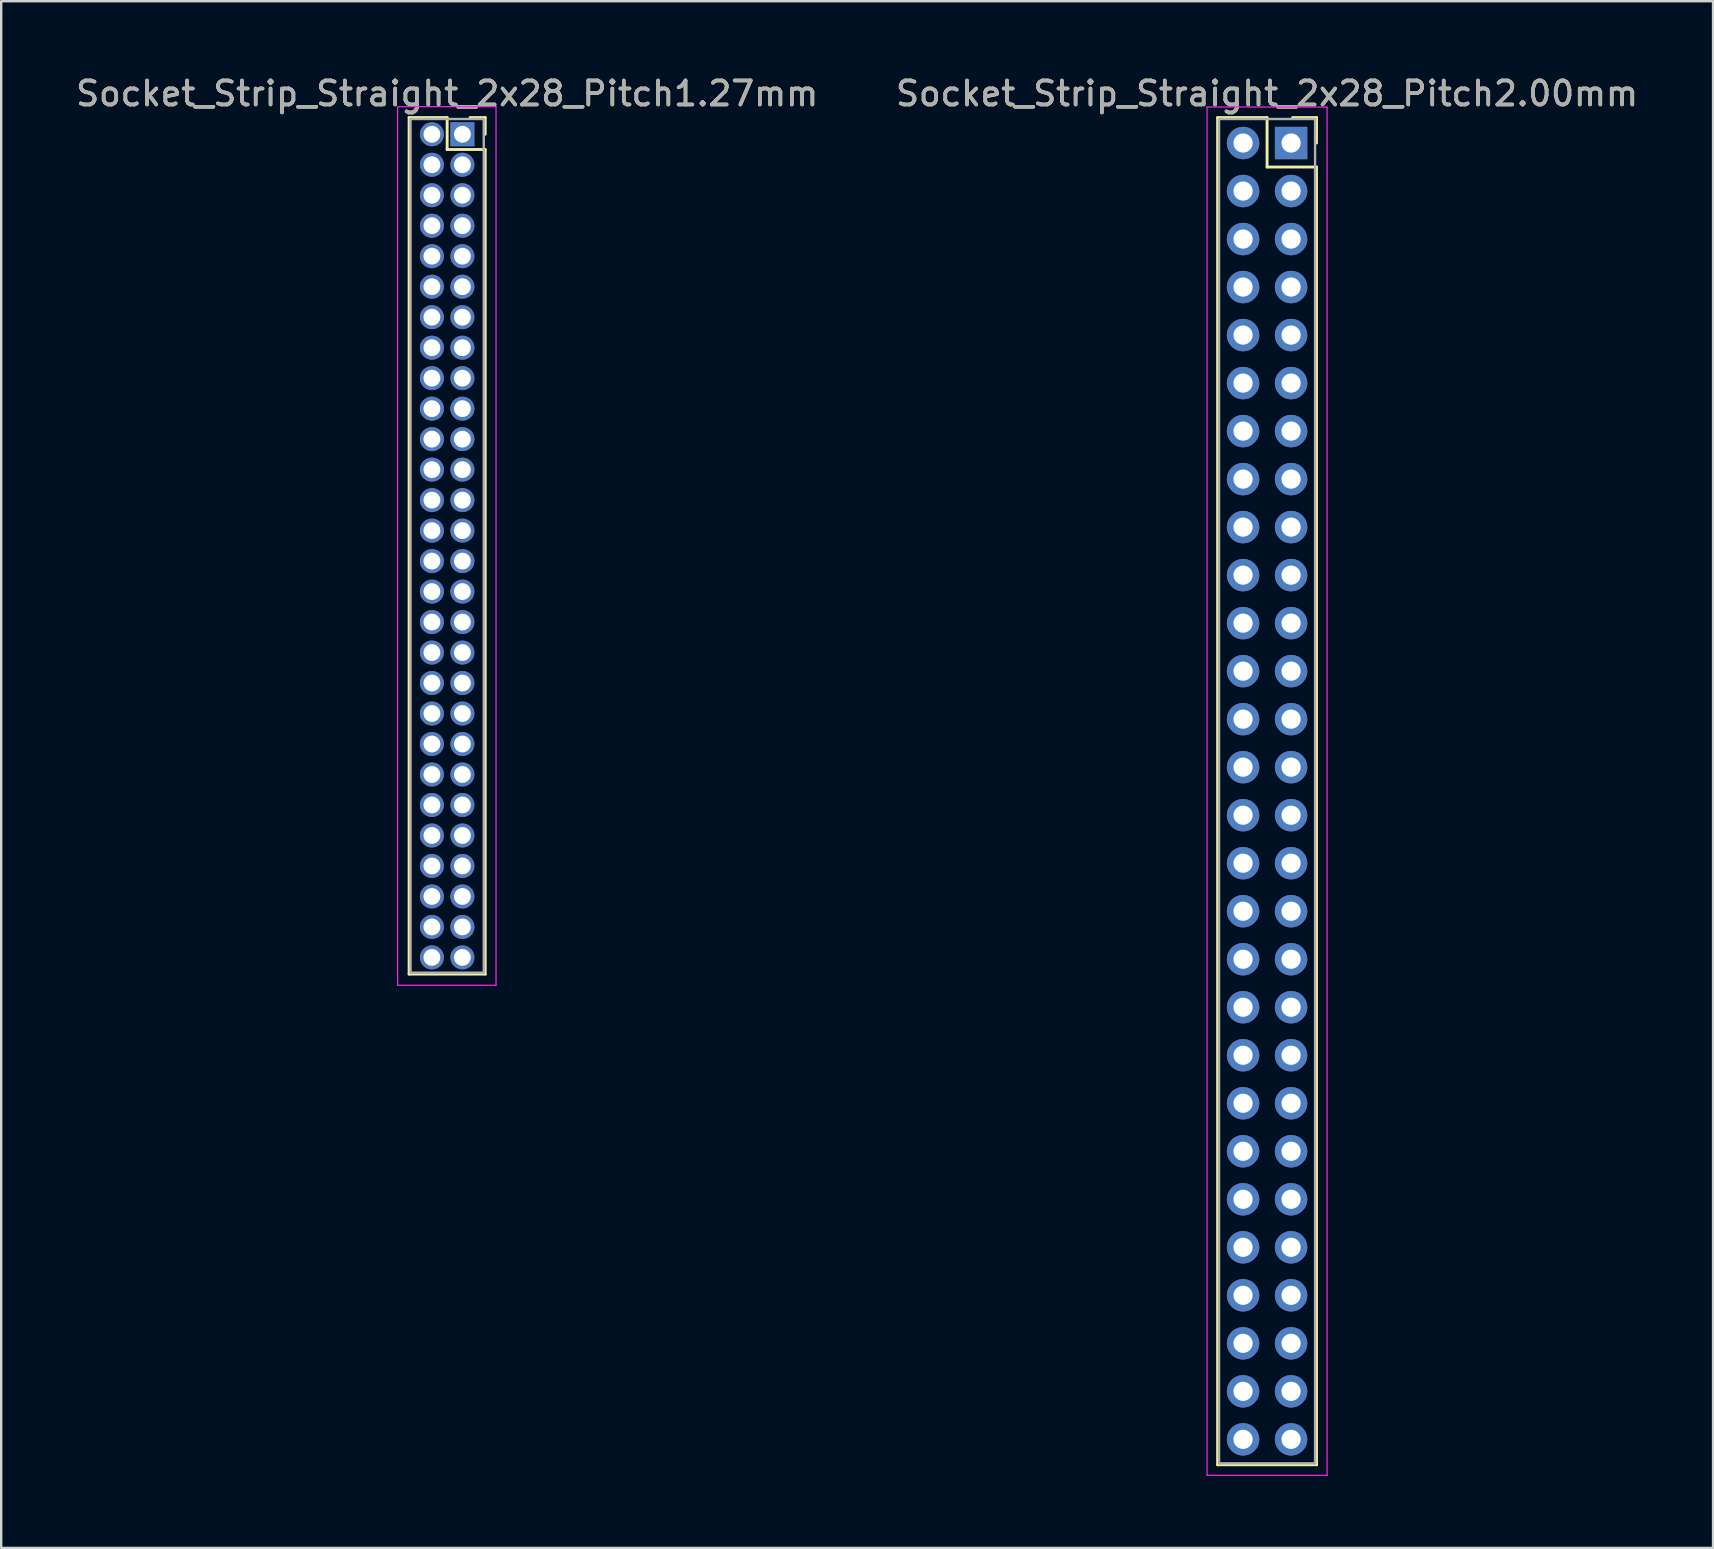
<source format=kicad_pcb>
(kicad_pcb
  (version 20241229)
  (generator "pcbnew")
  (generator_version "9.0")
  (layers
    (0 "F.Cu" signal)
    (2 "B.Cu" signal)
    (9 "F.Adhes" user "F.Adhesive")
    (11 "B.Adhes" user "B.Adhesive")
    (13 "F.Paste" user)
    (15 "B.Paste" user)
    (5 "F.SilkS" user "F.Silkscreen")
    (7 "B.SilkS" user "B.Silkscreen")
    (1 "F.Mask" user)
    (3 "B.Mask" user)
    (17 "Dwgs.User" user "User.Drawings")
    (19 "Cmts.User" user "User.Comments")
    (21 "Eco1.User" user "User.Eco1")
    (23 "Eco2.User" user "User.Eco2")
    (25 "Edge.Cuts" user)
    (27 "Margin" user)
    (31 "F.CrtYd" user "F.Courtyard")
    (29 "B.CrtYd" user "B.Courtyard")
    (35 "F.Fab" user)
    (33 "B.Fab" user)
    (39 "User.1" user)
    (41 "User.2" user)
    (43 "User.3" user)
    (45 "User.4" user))
  (footprint "Socket_Strip_Straight_2x28_Pitch1.27mm"
    (layer "F.Cu")
    (at 16.212 2.543)
    (property "Reference" "Socket_Strip_Straight_2x28_Pitch1.27mm" (at -0.635 -1.695 0) (layer "F.SilkS") (effects (font (size 1 1) (thickness 0.15))))
    (attr through_hole)
    (fp_line (start -2.22 -0.695) (end -0.635 -0.695) (stroke (width 0.12) (type solid)) (layer "F.SilkS"))
    (fp_line (start -2.22 34.985) (end -2.22 -0.695) (stroke (width 0.12) (type solid)) (layer "F.SilkS"))
    (fp_line (start -0.635 -0.695) (end -0.635 0.635) (stroke (width 0.12) (type solid)) (layer "F.SilkS"))
    (fp_line (start -0.635 0.635) (end 0.95 0.635) (stroke (width 0.12) (type solid)) (layer "F.SilkS"))
    (fp_line (start 0.95 -0.695) (end 0.315 -0.695) (stroke (width 0.12) (type solid)) (layer "F.SilkS"))
    (fp_line (start 0.95 0) (end 0.95 -0.695) (stroke (width 0.12) (type solid)) (layer "F.SilkS"))
    (fp_line (start 0.95 0.635) (end 0.95 34.985) (stroke (width 0.12) (type solid)) (layer "F.SilkS"))
    (fp_line (start 0.95 34.985) (end -2.22 34.985) (stroke (width 0.12) (type solid)) (layer "F.SilkS"))
    (fp_line (start -2.7 -1.15) (end -2.7 35.45) (stroke (width 0.05) (type solid)) (layer "F.CrtYd"))
    (fp_line (start -2.7 35.45) (end 1.4 35.45) (stroke (width 0.05) (type solid)) (layer "F.CrtYd"))
    (fp_line (start 1.4 -1.15) (end -2.7 -1.15) (stroke (width 0.05) (type solid)) (layer "F.CrtYd"))
    (fp_line (start 1.4 35.45) (end 1.4 -1.15) (stroke (width 0.05) (type solid)) (layer "F.CrtYd"))
    (fp_line (start -2.16 -0.635) (end -2.16 34.925) (stroke (width 0.1) (type solid)) (layer "F.Fab"))
    (fp_line (start -2.16 34.925) (end 0.89 34.925) (stroke (width 0.1) (type solid)) (layer "F.Fab"))
    (fp_line (start 0.89 -0.635) (end -2.16 -0.635) (stroke (width 0.1) (type solid)) (layer "F.Fab"))
    (fp_line (start 0.89 34.925) (end 0.89 -0.635) (stroke (width 0.1) (type solid)) (layer "F.Fab"))
    (fp_text user "${REFERENCE}" (at -0.635 -1.695 0) (layer "F.Fab") (effects (font (size 1 1) (thickness 0.15))))
    (pad "1" thru_hole rect (at 0 0) (size 1 1) (drill 0.7) (layers "*.Cu" "*.Mask"))
    (pad "2" thru_hole oval (at -1.27 0) (size 1 1) (drill 0.7) (layers "*.Cu" "*.Mask"))
    (pad "3" thru_hole oval (at 0 1.27) (size 1 1) (drill 0.7) (layers "*.Cu" "*.Mask"))
    (pad "4" thru_hole oval (at -1.27 1.27) (size 1 1) (drill 0.7) (layers "*.Cu" "*.Mask"))
    (pad "5" thru_hole oval (at 0 2.54) (size 1 1) (drill 0.7) (layers "*.Cu" "*.Mask"))
    (pad "6" thru_hole oval (at -1.27 2.54) (size 1 1) (drill 0.7) (layers "*.Cu" "*.Mask"))
    (pad "7" thru_hole oval (at 0 3.81) (size 1 1) (drill 0.7) (layers "*.Cu" "*.Mask"))
    (pad "8" thru_hole oval (at -1.27 3.81) (size 1 1) (drill 0.7) (layers "*.Cu" "*.Mask"))
    (pad "9" thru_hole oval (at 0 5.08) (size 1 1) (drill 0.7) (layers "*.Cu" "*.Mask"))
    (pad "10" thru_hole oval (at -1.27 5.08) (size 1 1) (drill 0.7) (layers "*.Cu" "*.Mask"))
    (pad "11" thru_hole oval (at 0 6.35) (size 1 1) (drill 0.7) (layers "*.Cu" "*.Mask"))
    (pad "12" thru_hole oval (at -1.27 6.35) (size 1 1) (drill 0.7) (layers "*.Cu" "*.Mask"))
    (pad "13" thru_hole oval (at 0 7.62) (size 1 1) (drill 0.7) (layers "*.Cu" "*.Mask"))
    (pad "14" thru_hole oval (at -1.27 7.62) (size 1 1) (drill 0.7) (layers "*.Cu" "*.Mask"))
    (pad "15" thru_hole oval (at 0 8.89) (size 1 1) (drill 0.7) (layers "*.Cu" "*.Mask"))
    (pad "16" thru_hole oval (at -1.27 8.89) (size 1 1) (drill 0.7) (layers "*.Cu" "*.Mask"))
    (pad "17" thru_hole oval (at 0 10.16) (size 1 1) (drill 0.7) (layers "*.Cu" "*.Mask"))
    (pad "18" thru_hole oval (at -1.27 10.16) (size 1 1) (drill 0.7) (layers "*.Cu" "*.Mask"))
    (pad "19" thru_hole oval (at 0 11.43) (size 1 1) (drill 0.7) (layers "*.Cu" "*.Mask"))
    (pad "20" thru_hole oval (at -1.27 11.43) (size 1 1) (drill 0.7) (layers "*.Cu" "*.Mask"))
    (pad "21" thru_hole oval (at 0 12.7) (size 1 1) (drill 0.7) (layers "*.Cu" "*.Mask"))
    (pad "22" thru_hole oval (at -1.27 12.7) (size 1 1) (drill 0.7) (layers "*.Cu" "*.Mask"))
    (pad "23" thru_hole oval (at 0 13.97) (size 1 1) (drill 0.7) (layers "*.Cu" "*.Mask"))
    (pad "24" thru_hole oval (at -1.27 13.97) (size 1 1) (drill 0.7) (layers "*.Cu" "*.Mask"))
    (pad "25" thru_hole oval (at 0 15.24) (size 1 1) (drill 0.7) (layers "*.Cu" "*.Mask"))
    (pad "26" thru_hole oval (at -1.27 15.24) (size 1 1) (drill 0.7) (layers "*.Cu" "*.Mask"))
    (pad "27" thru_hole oval (at 0 16.51) (size 1 1) (drill 0.7) (layers "*.Cu" "*.Mask"))
    (pad "28" thru_hole oval (at -1.27 16.51) (size 1 1) (drill 0.7) (layers "*.Cu" "*.Mask"))
    (pad "29" thru_hole oval (at 0 17.78) (size 1 1) (drill 0.7) (layers "*.Cu" "*.Mask"))
    (pad "30" thru_hole oval (at -1.27 17.78) (size 1 1) (drill 0.7) (layers "*.Cu" "*.Mask"))
    (pad "31" thru_hole oval (at 0 19.05) (size 1 1) (drill 0.7) (layers "*.Cu" "*.Mask"))
    (pad "32" thru_hole oval (at -1.27 19.05) (size 1 1) (drill 0.7) (layers "*.Cu" "*.Mask"))
    (pad "33" thru_hole oval (at 0 20.32) (size 1 1) (drill 0.7) (layers "*.Cu" "*.Mask"))
    (pad "34" thru_hole oval (at -1.27 20.32) (size 1 1) (drill 0.7) (layers "*.Cu" "*.Mask"))
    (pad "35" thru_hole oval (at 0 21.59) (size 1 1) (drill 0.7) (layers "*.Cu" "*.Mask"))
    (pad "36" thru_hole oval (at -1.27 21.59) (size 1 1) (drill 0.7) (layers "*.Cu" "*.Mask"))
    (pad "37" thru_hole oval (at 0 22.86) (size 1 1) (drill 0.7) (layers "*.Cu" "*.Mask"))
    (pad "38" thru_hole oval (at -1.27 22.86) (size 1 1) (drill 0.7) (layers "*.Cu" "*.Mask"))
    (pad "39" thru_hole oval (at 0 24.13) (size 1 1) (drill 0.7) (layers "*.Cu" "*.Mask"))
    (pad "40" thru_hole oval (at -1.27 24.13) (size 1 1) (drill 0.7) (layers "*.Cu" "*.Mask"))
    (pad "41" thru_hole oval (at 0 25.4) (size 1 1) (drill 0.7) (layers "*.Cu" "*.Mask"))
    (pad "42" thru_hole oval (at -1.27 25.4) (size 1 1) (drill 0.7) (layers "*.Cu" "*.Mask"))
    (pad "43" thru_hole oval (at 0 26.67) (size 1 1) (drill 0.7) (layers "*.Cu" "*.Mask"))
    (pad "44" thru_hole oval (at -1.27 26.67) (size 1 1) (drill 0.7) (layers "*.Cu" "*.Mask"))
    (pad "45" thru_hole oval (at 0 27.94) (size 1 1) (drill 0.7) (layers "*.Cu" "*.Mask"))
    (pad "46" thru_hole oval (at -1.27 27.94) (size 1 1) (drill 0.7) (layers "*.Cu" "*.Mask"))
    (pad "47" thru_hole oval (at 0 29.21) (size 1 1) (drill 0.7) (layers "*.Cu" "*.Mask"))
    (pad "48" thru_hole oval (at -1.27 29.21) (size 1 1) (drill 0.7) (layers "*.Cu" "*.Mask"))
    (pad "49" thru_hole oval (at 0 30.48) (size 1 1) (drill 0.7) (layers "*.Cu" "*.Mask"))
    (pad "50" thru_hole oval (at -1.27 30.48) (size 1 1) (drill 0.7) (layers "*.Cu" "*.Mask"))
    (pad "51" thru_hole oval (at 0 31.75) (size 1 1) (drill 0.7) (layers "*.Cu" "*.Mask"))
    (pad "52" thru_hole oval (at -1.27 31.75) (size 1 1) (drill 0.7) (layers "*.Cu" "*.Mask"))
    (pad "53" thru_hole oval (at 0 33.02) (size 1 1) (drill 0.7) (layers "*.Cu" "*.Mask"))
    (pad "54" thru_hole oval (at -1.27 33.02) (size 1 1) (drill 0.7) (layers "*.Cu" "*.Mask"))
    (pad "55" thru_hole oval (at 0 34.29) (size 1 1) (drill 0.7) (layers "*.Cu" "*.Mask"))
    (pad "56" thru_hole oval (at -1.27 34.29) (size 1 1) (drill 0.7) (layers "*.Cu" "*.Mask")))
  (footprint "Socket_Strip_Straight_2x28_Pitch2.00mm"
    (layer "F.Cu")
    (at 50.732 2.908)
    (property "Reference" "Socket_Strip_Straight_2x28_Pitch2.00mm" (at -1 -2.06 0) (layer "F.SilkS") (effects (font (size 1 1) (thickness 0.15))))
    (attr through_hole)
    (fp_line (start -3.06 -1.06) (end -1 -1.06) (stroke (width 0.12) (type solid)) (layer "F.SilkS"))
    (fp_line (start -3.06 55.06) (end -3.06 -1.06) (stroke (width 0.12) (type solid)) (layer "F.SilkS"))
    (fp_line (start -1 -1.06) (end -1 1) (stroke (width 0.12) (type solid)) (layer "F.SilkS"))
    (fp_line (start -1 1) (end 1.06 1) (stroke (width 0.12) (type solid)) (layer "F.SilkS"))
    (fp_line (start 1.06 -1.06) (end 0.06 -1.06) (stroke (width 0.12) (type solid)) (layer "F.SilkS"))
    (fp_line (start 1.06 0) (end 1.06 -1.06) (stroke (width 0.12) (type solid)) (layer "F.SilkS"))
    (fp_line (start 1.06 1) (end 1.06 55.06) (stroke (width 0.12) (type solid)) (layer "F.SilkS"))
    (fp_line (start 1.06 55.06) (end -3.06 55.06) (stroke (width 0.12) (type solid)) (layer "F.SilkS"))
    (fp_line (start -3.5 -1.5) (end -3.5 55.5) (stroke (width 0.05) (type solid)) (layer "F.CrtYd"))
    (fp_line (start -3.5 55.5) (end 1.5 55.5) (stroke (width 0.05) (type solid)) (layer "F.CrtYd"))
    (fp_line (start 1.5 -1.5) (end -3.5 -1.5) (stroke (width 0.05) (type solid)) (layer "F.CrtYd"))
    (fp_line (start 1.5 55.5) (end 1.5 -1.5) (stroke (width 0.05) (type solid)) (layer "F.CrtYd"))
    (fp_line (start -3 -1) (end -3 55) (stroke (width 0.1) (type solid)) (layer "F.Fab"))
    (fp_line (start -3 55) (end 1 55) (stroke (width 0.1) (type solid)) (layer "F.Fab"))
    (fp_line (start 1 -1) (end -3 -1) (stroke (width 0.1) (type solid)) (layer "F.Fab"))
    (fp_line (start 1 55) (end 1 -1) (stroke (width 0.1) (type solid)) (layer "F.Fab"))
    (fp_text user "${REFERENCE}" (at -1 -2.06 0) (layer "F.Fab") (effects (font (size 1 1) (thickness 0.15))))
    (pad "1" thru_hole rect (at 0 0) (size 1.35 1.35) (drill 0.8) (layers "*.Cu" "*.Mask"))
    (pad "2" thru_hole oval (at -2 0) (size 1.35 1.35) (drill 0.8) (layers "*.Cu" "*.Mask"))
    (pad "3" thru_hole oval (at 0 2) (size 1.35 1.35) (drill 0.8) (layers "*.Cu" "*.Mask"))
    (pad "4" thru_hole oval (at -2 2) (size 1.35 1.35) (drill 0.8) (layers "*.Cu" "*.Mask"))
    (pad "5" thru_hole oval (at 0 4) (size 1.35 1.35) (drill 0.8) (layers "*.Cu" "*.Mask"))
    (pad "6" thru_hole oval (at -2 4) (size 1.35 1.35) (drill 0.8) (layers "*.Cu" "*.Mask"))
    (pad "7" thru_hole oval (at 0 6) (size 1.35 1.35) (drill 0.8) (layers "*.Cu" "*.Mask"))
    (pad "8" thru_hole oval (at -2 6) (size 1.35 1.35) (drill 0.8) (layers "*.Cu" "*.Mask"))
    (pad "9" thru_hole oval (at 0 8) (size 1.35 1.35) (drill 0.8) (layers "*.Cu" "*.Mask"))
    (pad "10" thru_hole oval (at -2 8) (size 1.35 1.35) (drill 0.8) (layers "*.Cu" "*.Mask"))
    (pad "11" thru_hole oval (at 0 10) (size 1.35 1.35) (drill 0.8) (layers "*.Cu" "*.Mask"))
    (pad "12" thru_hole oval (at -2 10) (size 1.35 1.35) (drill 0.8) (layers "*.Cu" "*.Mask"))
    (pad "13" thru_hole oval (at 0 12) (size 1.35 1.35) (drill 0.8) (layers "*.Cu" "*.Mask"))
    (pad "14" thru_hole oval (at -2 12) (size 1.35 1.35) (drill 0.8) (layers "*.Cu" "*.Mask"))
    (pad "15" thru_hole oval (at 0 14) (size 1.35 1.35) (drill 0.8) (layers "*.Cu" "*.Mask"))
    (pad "16" thru_hole oval (at -2 14) (size 1.35 1.35) (drill 0.8) (layers "*.Cu" "*.Mask"))
    (pad "17" thru_hole oval (at 0 16) (size 1.35 1.35) (drill 0.8) (layers "*.Cu" "*.Mask"))
    (pad "18" thru_hole oval (at -2 16) (size 1.35 1.35) (drill 0.8) (layers "*.Cu" "*.Mask"))
    (pad "19" thru_hole oval (at 0 18) (size 1.35 1.35) (drill 0.8) (layers "*.Cu" "*.Mask"))
    (pad "20" thru_hole oval (at -2 18) (size 1.35 1.35) (drill 0.8) (layers "*.Cu" "*.Mask"))
    (pad "21" thru_hole oval (at 0 20) (size 1.35 1.35) (drill 0.8) (layers "*.Cu" "*.Mask"))
    (pad "22" thru_hole oval (at -2 20) (size 1.35 1.35) (drill 0.8) (layers "*.Cu" "*.Mask"))
    (pad "23" thru_hole oval (at 0 22) (size 1.35 1.35) (drill 0.8) (layers "*.Cu" "*.Mask"))
    (pad "24" thru_hole oval (at -2 22) (size 1.35 1.35) (drill 0.8) (layers "*.Cu" "*.Mask"))
    (pad "25" thru_hole oval (at 0 24) (size 1.35 1.35) (drill 0.8) (layers "*.Cu" "*.Mask"))
    (pad "26" thru_hole oval (at -2 24) (size 1.35 1.35) (drill 0.8) (layers "*.Cu" "*.Mask"))
    (pad "27" thru_hole oval (at 0 26) (size 1.35 1.35) (drill 0.8) (layers "*.Cu" "*.Mask"))
    (pad "28" thru_hole oval (at -2 26) (size 1.35 1.35) (drill 0.8) (layers "*.Cu" "*.Mask"))
    (pad "29" thru_hole oval (at 0 28) (size 1.35 1.35) (drill 0.8) (layers "*.Cu" "*.Mask"))
    (pad "30" thru_hole oval (at -2 28) (size 1.35 1.35) (drill 0.8) (layers "*.Cu" "*.Mask"))
    (pad "31" thru_hole oval (at 0 30) (size 1.35 1.35) (drill 0.8) (layers "*.Cu" "*.Mask"))
    (pad "32" thru_hole oval (at -2 30) (size 1.35 1.35) (drill 0.8) (layers "*.Cu" "*.Mask"))
    (pad "33" thru_hole oval (at 0 32) (size 1.35 1.35) (drill 0.8) (layers "*.Cu" "*.Mask"))
    (pad "34" thru_hole oval (at -2 32) (size 1.35 1.35) (drill 0.8) (layers "*.Cu" "*.Mask"))
    (pad "35" thru_hole oval (at 0 34) (size 1.35 1.35) (drill 0.8) (layers "*.Cu" "*.Mask"))
    (pad "36" thru_hole oval (at -2 34) (size 1.35 1.35) (drill 0.8) (layers "*.Cu" "*.Mask"))
    (pad "37" thru_hole oval (at 0 36) (size 1.35 1.35) (drill 0.8) (layers "*.Cu" "*.Mask"))
    (pad "38" thru_hole oval (at -2 36) (size 1.35 1.35) (drill 0.8) (layers "*.Cu" "*.Mask"))
    (pad "39" thru_hole oval (at 0 38) (size 1.35 1.35) (drill 0.8) (layers "*.Cu" "*.Mask"))
    (pad "40" thru_hole oval (at -2 38) (size 1.35 1.35) (drill 0.8) (layers "*.Cu" "*.Mask"))
    (pad "41" thru_hole oval (at 0 40) (size 1.35 1.35) (drill 0.8) (layers "*.Cu" "*.Mask"))
    (pad "42" thru_hole oval (at -2 40) (size 1.35 1.35) (drill 0.8) (layers "*.Cu" "*.Mask"))
    (pad "43" thru_hole oval (at 0 42) (size 1.35 1.35) (drill 0.8) (layers "*.Cu" "*.Mask"))
    (pad "44" thru_hole oval (at -2 42) (size 1.35 1.35) (drill 0.8) (layers "*.Cu" "*.Mask"))
    (pad "45" thru_hole oval (at 0 44) (size 1.35 1.35) (drill 0.8) (layers "*.Cu" "*.Mask"))
    (pad "46" thru_hole oval (at -2 44) (size 1.35 1.35) (drill 0.8) (layers "*.Cu" "*.Mask"))
    (pad "47" thru_hole oval (at 0 46) (size 1.35 1.35) (drill 0.8) (layers "*.Cu" "*.Mask"))
    (pad "48" thru_hole oval (at -2 46) (size 1.35 1.35) (drill 0.8) (layers "*.Cu" "*.Mask"))
    (pad "49" thru_hole oval (at 0 48) (size 1.35 1.35) (drill 0.8) (layers "*.Cu" "*.Mask"))
    (pad "50" thru_hole oval (at -2 48) (size 1.35 1.35) (drill 0.8) (layers "*.Cu" "*.Mask"))
    (pad "51" thru_hole oval (at 0 50) (size 1.35 1.35) (drill 0.8) (layers "*.Cu" "*.Mask"))
    (pad "52" thru_hole oval (at -2 50) (size 1.35 1.35) (drill 0.8) (layers "*.Cu" "*.Mask"))
    (pad "53" thru_hole oval (at 0 52) (size 1.35 1.35) (drill 0.8) (layers "*.Cu" "*.Mask"))
    (pad "54" thru_hole oval (at -2 52) (size 1.35 1.35) (drill 0.8) (layers "*.Cu" "*.Mask"))
    (pad "55" thru_hole oval (at 0 54) (size 1.35 1.35) (drill 0.8) (layers "*.Cu" "*.Mask"))
    (pad "56" thru_hole oval (at -2 54) (size 1.35 1.35) (drill 0.8) (layers "*.Cu" "*.Mask")))
  (gr_rect
    (start -3 -3)
    (end 68.31 61.433)
    (stroke (width 0.1) (type default))
    (fill no)
    (layer "Edge.Cuts")))
</source>
